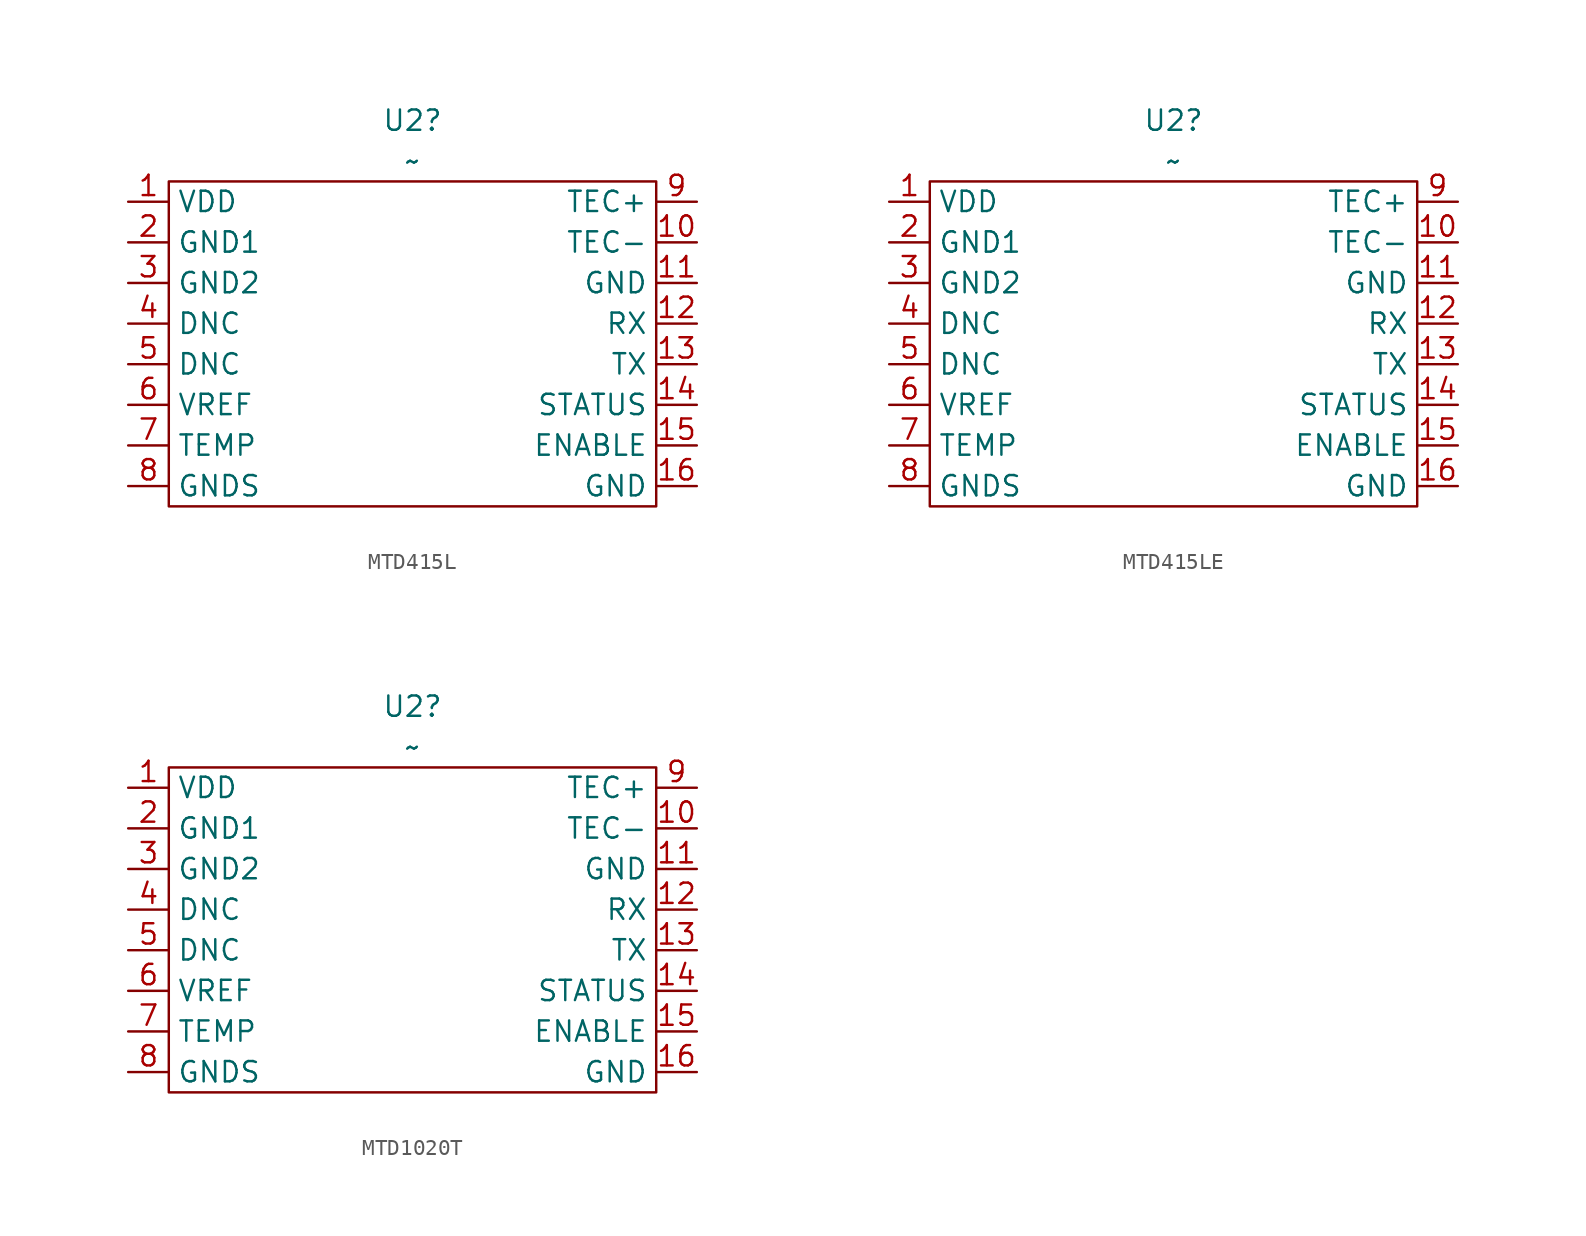
<source format=kicad_sym>
(kicad_symbol_lib
  (version 20231120)
  (generator "kicad_symbol_editor")
  (generator_version "8.0")
  (symbol "MTD415L"
    (property "Reference" "U2"
      (at 0 11.43 0)
      (effects (font (size 1.27 1.27))))
    (property "Value" "~"
      (at 0 8.89 0)
      (effects (font (size 1.27 1.27))))
    (symbol "MTD415L_0_1"
      (rectangle (start -15.24 7.62) (end 15.24 -12.7) (stroke (width 0) (type default)) (fill (type none))))
    (symbol "MTD415L_1_1"
      (pin input line (at -17.78 6.35 0) (length 2.54) (name "VDD" (effects (font (size 1.27 1.27)))) (number "1" (effects (font (size 1.27 1.27)))))
      (pin input line (at 17.78 3.81 180) (length 2.54) (name "TEC-" (effects (font (size 1.27 1.27)))) (number "10" (effects (font (size 1.27 1.27)))))
      (pin input line (at 17.78 1.27 180) (length 2.54) (name "GND" (effects (font (size 1.27 1.27)))) (number "11" (effects (font (size 1.27 1.27)))))
      (pin input line (at 17.78 -1.27 180) (length 2.54) (name "RX" (effects (font (size 1.27 1.27)))) (number "12" (effects (font (size 1.27 1.27)))))
      (pin input line (at 17.78 -3.81 180) (length 2.54) (name "TX" (effects (font (size 1.27 1.27)))) (number "13" (effects (font (size 1.27 1.27)))))
      (pin input line (at 17.78 -6.35 180) (length 2.54) (name "STATUS" (effects (font (size 1.27 1.27)))) (number "14" (effects (font (size 1.27 1.27)))))
      (pin input line (at 17.78 -8.89 180) (length 2.54) (name "ENABLE" (effects (font (size 1.27 1.27)))) (number "15" (effects (font (size 1.27 1.27)))))
      (pin input line (at 17.78 -11.43 180) (length 2.54) (name "GND" (effects (font (size 1.27 1.27)))) (number "16" (effects (font (size 1.27 1.27)))))
      (pin input line (at -17.78 3.81 0) (length 2.54) (name "GND1" (effects (font (size 1.27 1.27)))) (number "2" (effects (font (size 1.27 1.27)))))
      (pin input line (at -17.78 1.27 0) (length 2.54) (name "GND2" (effects (font (size 1.27 1.27)))) (number "3" (effects (font (size 1.27 1.27)))))
      (pin input line (at -17.78 -1.27 0) (length 2.54) (name "DNC" (effects (font (size 1.27 1.27)))) (number "4" (effects (font (size 1.27 1.27)))))
      (pin input line (at -17.78 -3.81 0) (length 2.54) (name "DNC" (effects (font (size 1.27 1.27)))) (number "5" (effects (font (size 1.27 1.27)))))
      (pin input line (at -17.78 -6.35 0) (length 2.54) (name "VREF" (effects (font (size 1.27 1.27)))) (number "6" (effects (font (size 1.27 1.27)))))
      (pin input line (at -17.78 -8.89 0) (length 2.54) (name "TEMP" (effects (font (size 1.27 1.27)))) (number "7" (effects (font (size 1.27 1.27)))))
      (pin input line (at -17.78 -11.43 0) (length 2.54) (name "GNDS" (effects (font (size 1.27 1.27)))) (number "8" (effects (font (size 1.27 1.27)))))
      (pin input line (at 17.78 6.35 180) (length 2.54) (name "TEC+" (effects (font (size 1.27 1.27)))) (number "9" (effects (font (size 1.27 1.27)))))))
  (symbol "MTD415LE"
    (property "Reference" "U2"
      (at 0 11.43 0)
      (effects (font (size 1.27 1.27))))
    (property "Value" "~"
      (at 0 8.89 0)
      (effects (font (size 1.27 1.27))))
    (symbol "MTD415LE_0_1"
      (rectangle (start -15.24 7.62) (end 15.24 -12.7) (stroke (width 0) (type default)) (fill (type none))))
    (symbol "MTD415LE_1_1"
      (pin input line (at -17.78 6.35 0) (length 2.54) (name "VDD" (effects (font (size 1.27 1.27)))) (number "1" (effects (font (size 1.27 1.27)))))
      (pin input line (at 17.78 3.81 180) (length 2.54) (name "TEC-" (effects (font (size 1.27 1.27)))) (number "10" (effects (font (size 1.27 1.27)))))
      (pin input line (at 17.78 1.27 180) (length 2.54) (name "GND" (effects (font (size 1.27 1.27)))) (number "11" (effects (font (size 1.27 1.27)))))
      (pin input line (at 17.78 -1.27 180) (length 2.54) (name "RX" (effects (font (size 1.27 1.27)))) (number "12" (effects (font (size 1.27 1.27)))))
      (pin input line (at 17.78 -3.81 180) (length 2.54) (name "TX" (effects (font (size 1.27 1.27)))) (number "13" (effects (font (size 1.27 1.27)))))
      (pin input line (at 17.78 -6.35 180) (length 2.54) (name "STATUS" (effects (font (size 1.27 1.27)))) (number "14" (effects (font (size 1.27 1.27)))))
      (pin input line (at 17.78 -8.89 180) (length 2.54) (name "ENABLE" (effects (font (size 1.27 1.27)))) (number "15" (effects (font (size 1.27 1.27)))))
      (pin input line (at 17.78 -11.43 180) (length 2.54) (name "GND" (effects (font (size 1.27 1.27)))) (number "16" (effects (font (size 1.27 1.27)))))
      (pin input line (at -17.78 3.81 0) (length 2.54) (name "GND1" (effects (font (size 1.27 1.27)))) (number "2" (effects (font (size 1.27 1.27)))))
      (pin input line (at -17.78 1.27 0) (length 2.54) (name "GND2" (effects (font (size 1.27 1.27)))) (number "3" (effects (font (size 1.27 1.27)))))
      (pin input line (at -17.78 -1.27 0) (length 2.54) (name "DNC" (effects (font (size 1.27 1.27)))) (number "4" (effects (font (size 1.27 1.27)))))
      (pin input line (at -17.78 -3.81 0) (length 2.54) (name "DNC" (effects (font (size 1.27 1.27)))) (number "5" (effects (font (size 1.27 1.27)))))
      (pin input line (at -17.78 -6.35 0) (length 2.54) (name "VREF" (effects (font (size 1.27 1.27)))) (number "6" (effects (font (size 1.27 1.27)))))
      (pin input line (at -17.78 -8.89 0) (length 2.54) (name "TEMP" (effects (font (size 1.27 1.27)))) (number "7" (effects (font (size 1.27 1.27)))))
      (pin input line (at -17.78 -11.43 0) (length 2.54) (name "GNDS" (effects (font (size 1.27 1.27)))) (number "8" (effects (font (size 1.27 1.27)))))
      (pin input line (at 17.78 6.35 180) (length 2.54) (name "TEC+" (effects (font (size 1.27 1.27)))) (number "9" (effects (font (size 1.27 1.27)))))))
  (symbol "MTD1020T"
    (property "Reference" "U2"
      (at 0 11.43 0)
      (effects (font (size 1.27 1.27))))
    (property "Value" "~"
      (at 0 8.89 0)
      (effects (font (size 1.27 1.27))))
    (symbol "MTD1020T_0_1"
      (rectangle (start -15.24 7.62) (end 15.24 -12.7) (stroke (width 0) (type default)) (fill (type none))))
    (symbol "MTD1020T_1_1"
      (pin input line (at -17.78 6.35 0) (length 2.54) (name "VDD" (effects (font (size 1.27 1.27)))) (number "1" (effects (font (size 1.27 1.27)))))
      (pin input line (at 17.78 3.81 180) (length 2.54) (name "TEC-" (effects (font (size 1.27 1.27)))) (number "10" (effects (font (size 1.27 1.27)))))
      (pin input line (at 17.78 1.27 180) (length 2.54) (name "GND" (effects (font (size 1.27 1.27)))) (number "11" (effects (font (size 1.27 1.27)))))
      (pin input line (at 17.78 -1.27 180) (length 2.54) (name "RX" (effects (font (size 1.27 1.27)))) (number "12" (effects (font (size 1.27 1.27)))))
      (pin input line (at 17.78 -3.81 180) (length 2.54) (name "TX" (effects (font (size 1.27 1.27)))) (number "13" (effects (font (size 1.27 1.27)))))
      (pin input line (at 17.78 -6.35 180) (length 2.54) (name "STATUS" (effects (font (size 1.27 1.27)))) (number "14" (effects (font (size 1.27 1.27)))))
      (pin input line (at 17.78 -8.89 180) (length 2.54) (name "ENABLE" (effects (font (size 1.27 1.27)))) (number "15" (effects (font (size 1.27 1.27)))))
      (pin input line (at 17.78 -11.43 180) (length 2.54) (name "GND" (effects (font (size 1.27 1.27)))) (number "16" (effects (font (size 1.27 1.27)))))
      (pin input line (at -17.78 3.81 0) (length 2.54) (name "GND1" (effects (font (size 1.27 1.27)))) (number "2" (effects (font (size 1.27 1.27)))))
      (pin input line (at -17.78 1.27 0) (length 2.54) (name "GND2" (effects (font (size 1.27 1.27)))) (number "3" (effects (font (size 1.27 1.27)))))
      (pin input line (at -17.78 -1.27 0) (length 2.54) (name "DNC" (effects (font (size 1.27 1.27)))) (number "4" (effects (font (size 1.27 1.27)))))
      (pin input line (at -17.78 -3.81 0) (length 2.54) (name "DNC" (effects (font (size 1.27 1.27)))) (number "5" (effects (font (size 1.27 1.27)))))
      (pin input line (at -17.78 -6.35 0) (length 2.54) (name "VREF" (effects (font (size 1.27 1.27)))) (number "6" (effects (font (size 1.27 1.27)))))
      (pin input line (at -17.78 -8.89 0) (length 2.54) (name "TEMP" (effects (font (size 1.27 1.27)))) (number "7" (effects (font (size 1.27 1.27)))))
      (pin input line (at -17.78 -11.43 0) (length 2.54) (name "GNDS" (effects (font (size 1.27 1.27)))) (number "8" (effects (font (size 1.27 1.27)))))
      (pin input line (at 17.78 6.35 180) (length 2.54) (name "TEC+" (effects (font (size 1.27 1.27)))) (number "9" (effects (font (size 1.27 1.27))))))))
</source>
